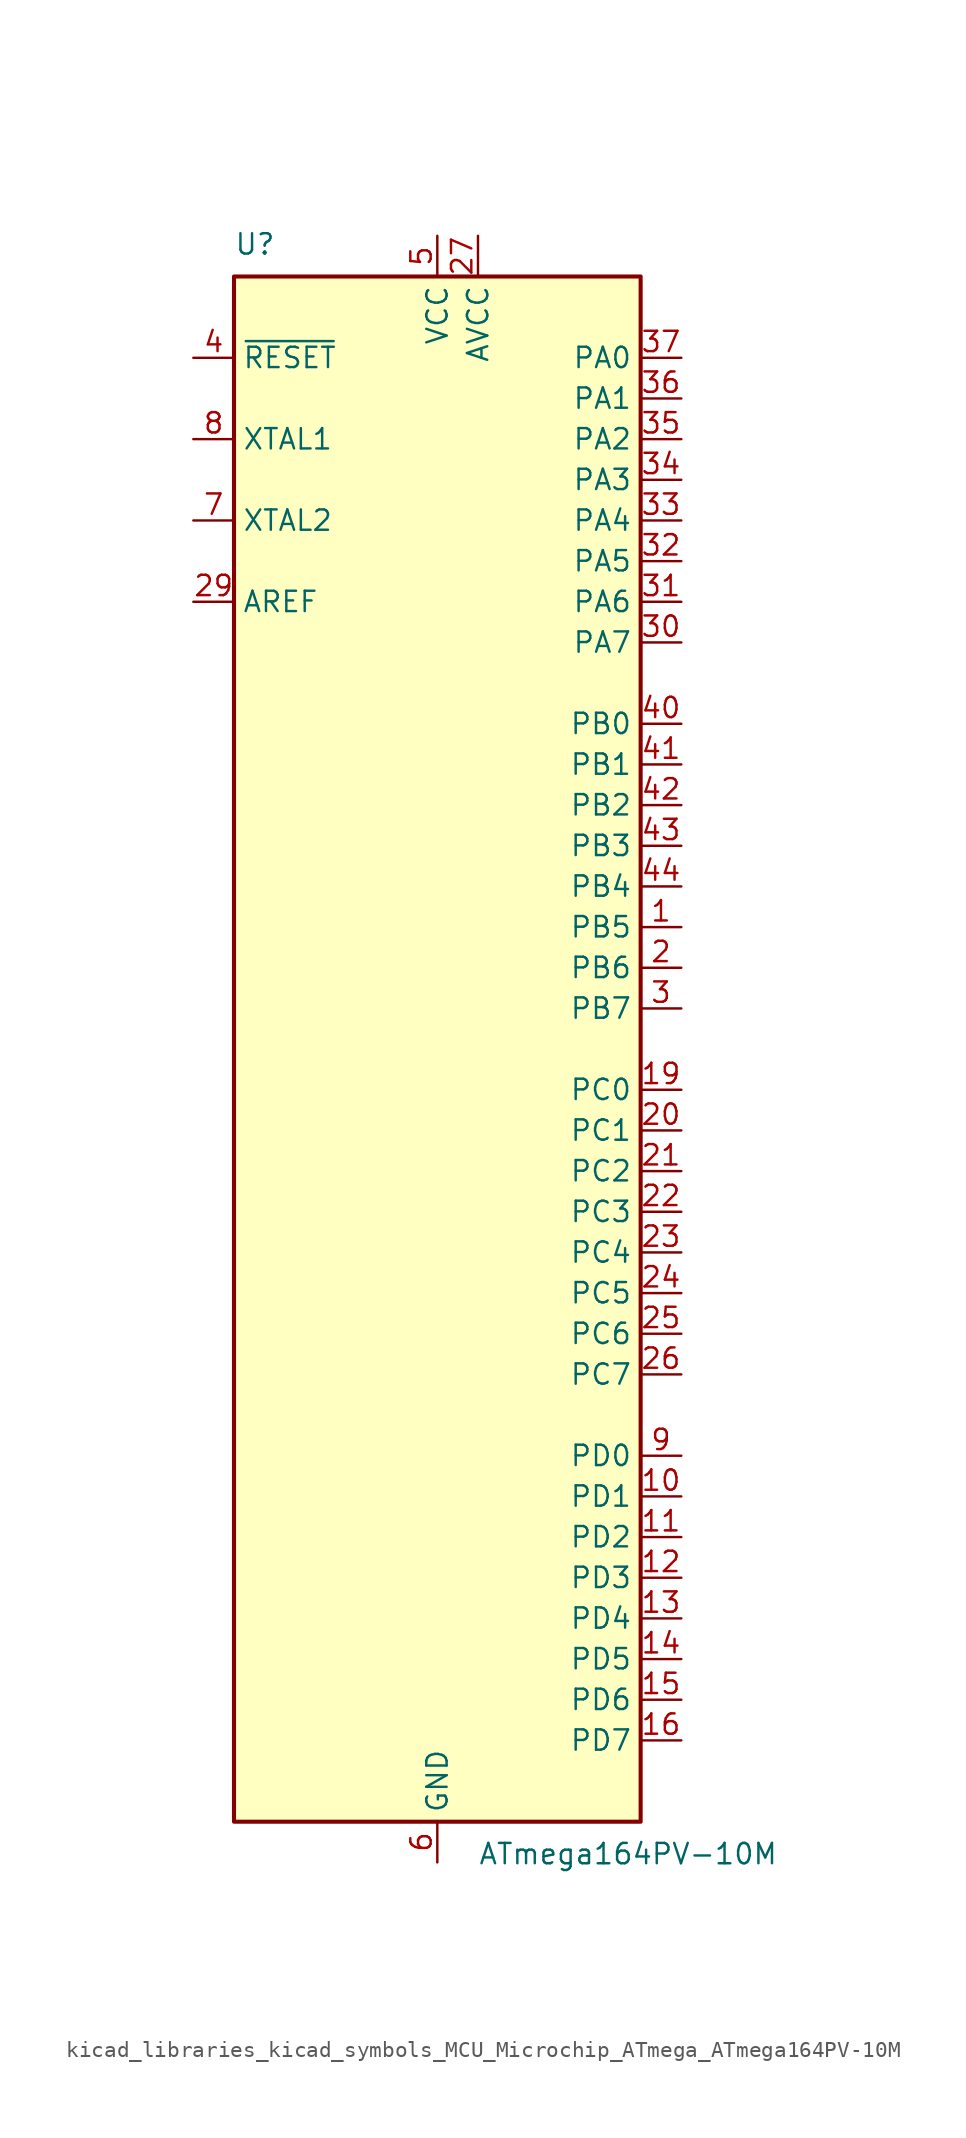
<source format=kicad_sym>
(kicad_symbol_lib
  (version 20220914)
  (generator kicad_symbol_editor)
  (symbol "kicad_libraries_kicad_symbols_MCU_Microchip_ATmega_ATmega164PV-10M"
    (property "Reference" "U"
      (at -12.7 49.53 0)
      (effects (font (size 1.27 1.27)) (justify left bottom)))
    (property "Value" "ATmega164PV-10M"
      (at 2.54 -49.53 0)
      (effects (font (size 1.27 1.27)) (justify left top)))
    (symbol "kicad_libraries_kicad_symbols_MCU_Microchip_ATmega_ATmega164PV-10M_0_1"
      (rectangle (start -12.7 -48.26) (end 12.7 48.26) (stroke (width 0.254) (type default)) (fill (type background))))
    (symbol "kicad_libraries_kicad_symbols_MCU_Microchip_ATmega_ATmega164PV-10M_1_1"
      (pin bidirectional line (at 15.24 7.62 180) (length 2.54) (name "PB5" (effects (font (size 1.27 1.27)))) (number "1" (effects (font (size 1.27 1.27)))))
      (pin bidirectional line (at 15.24 -27.94 180) (length 2.54) (name "PD1" (effects (font (size 1.27 1.27)))) (number "10" (effects (font (size 1.27 1.27)))))
      (pin bidirectional line (at 15.24 -30.48 180) (length 2.54) (name "PD2" (effects (font (size 1.27 1.27)))) (number "11" (effects (font (size 1.27 1.27)))))
      (pin bidirectional line (at 15.24 -33.02 180) (length 2.54) (name "PD3" (effects (font (size 1.27 1.27)))) (number "12" (effects (font (size 1.27 1.27)))))
      (pin bidirectional line (at 15.24 -35.56 180) (length 2.54) (name "PD4" (effects (font (size 1.27 1.27)))) (number "13" (effects (font (size 1.27 1.27)))))
      (pin bidirectional line (at 15.24 -38.1 180) (length 2.54) (name "PD5" (effects (font (size 1.27 1.27)))) (number "14" (effects (font (size 1.27 1.27)))))
      (pin bidirectional line (at 15.24 -40.64 180) (length 2.54) (name "PD6" (effects (font (size 1.27 1.27)))) (number "15" (effects (font (size 1.27 1.27)))))
      (pin bidirectional line (at 15.24 -43.18 180) (length 2.54) (name "PD7" (effects (font (size 1.27 1.27)))) (number "16" (effects (font (size 1.27 1.27)))))
      (pin passive line (at 0 50.8 270) (length 2.54) hide (name "VCC" (effects (font (size 1.27 1.27)))) (number "17" (effects (font (size 1.27 1.27)))))
      (pin passive line (at 0 -50.8 90) (length 2.54) hide (name "GND" (effects (font (size 1.27 1.27)))) (number "18" (effects (font (size 1.27 1.27)))))
      (pin bidirectional line (at 15.24 -2.54 180) (length 2.54) (name "PC0" (effects (font (size 1.27 1.27)))) (number "19" (effects (font (size 1.27 1.27)))))
      (pin bidirectional line (at 15.24 5.08 180) (length 2.54) (name "PB6" (effects (font (size 1.27 1.27)))) (number "2" (effects (font (size 1.27 1.27)))))
      (pin bidirectional line (at 15.24 -5.08 180) (length 2.54) (name "PC1" (effects (font (size 1.27 1.27)))) (number "20" (effects (font (size 1.27 1.27)))))
      (pin bidirectional line (at 15.24 -7.62 180) (length 2.54) (name "PC2" (effects (font (size 1.27 1.27)))) (number "21" (effects (font (size 1.27 1.27)))))
      (pin bidirectional line (at 15.24 -10.16 180) (length 2.54) (name "PC3" (effects (font (size 1.27 1.27)))) (number "22" (effects (font (size 1.27 1.27)))))
      (pin bidirectional line (at 15.24 -12.7 180) (length 2.54) (name "PC4" (effects (font (size 1.27 1.27)))) (number "23" (effects (font (size 1.27 1.27)))))
      (pin bidirectional line (at 15.24 -15.24 180) (length 2.54) (name "PC5" (effects (font (size 1.27 1.27)))) (number "24" (effects (font (size 1.27 1.27)))))
      (pin bidirectional line (at 15.24 -17.78 180) (length 2.54) (name "PC6" (effects (font (size 1.27 1.27)))) (number "25" (effects (font (size 1.27 1.27)))))
      (pin bidirectional line (at 15.24 -20.32 180) (length 2.54) (name "PC7" (effects (font (size 1.27 1.27)))) (number "26" (effects (font (size 1.27 1.27)))))
      (pin power_in line (at 2.54 50.8 270) (length 2.54) (name "AVCC" (effects (font (size 1.27 1.27)))) (number "27" (effects (font (size 1.27 1.27)))))
      (pin passive line (at 0 -50.8 90) (length 2.54) hide (name "GND" (effects (font (size 1.27 1.27)))) (number "28" (effects (font (size 1.27 1.27)))))
      (pin passive line (at -15.24 27.94 0) (length 2.54) (name "AREF" (effects (font (size 1.27 1.27)))) (number "29" (effects (font (size 1.27 1.27)))))
      (pin bidirectional line (at 15.24 2.54 180) (length 2.54) (name "PB7" (effects (font (size 1.27 1.27)))) (number "3" (effects (font (size 1.27 1.27)))))
      (pin bidirectional line (at 15.24 25.4 180) (length 2.54) (name "PA7" (effects (font (size 1.27 1.27)))) (number "30" (effects (font (size 1.27 1.27)))))
      (pin bidirectional line (at 15.24 27.94 180) (length 2.54) (name "PA6" (effects (font (size 1.27 1.27)))) (number "31" (effects (font (size 1.27 1.27)))))
      (pin bidirectional line (at 15.24 30.48 180) (length 2.54) (name "PA5" (effects (font (size 1.27 1.27)))) (number "32" (effects (font (size 1.27 1.27)))))
      (pin bidirectional line (at 15.24 33.02 180) (length 2.54) (name "PA4" (effects (font (size 1.27 1.27)))) (number "33" (effects (font (size 1.27 1.27)))))
      (pin bidirectional line (at 15.24 35.56 180) (length 2.54) (name "PA3" (effects (font (size 1.27 1.27)))) (number "34" (effects (font (size 1.27 1.27)))))
      (pin bidirectional line (at 15.24 38.1 180) (length 2.54) (name "PA2" (effects (font (size 1.27 1.27)))) (number "35" (effects (font (size 1.27 1.27)))))
      (pin bidirectional line (at 15.24 40.64 180) (length 2.54) (name "PA1" (effects (font (size 1.27 1.27)))) (number "36" (effects (font (size 1.27 1.27)))))
      (pin bidirectional line (at 15.24 43.18 180) (length 2.54) (name "PA0" (effects (font (size 1.27 1.27)))) (number "37" (effects (font (size 1.27 1.27)))))
      (pin passive line (at 0 50.8 270) (length 2.54) hide (name "VCC" (effects (font (size 1.27 1.27)))) (number "38" (effects (font (size 1.27 1.27)))))
      (pin passive line (at 0 -50.8 90) (length 2.54) hide (name "GND" (effects (font (size 1.27 1.27)))) (number "39" (effects (font (size 1.27 1.27)))))
      (pin input line (at -15.24 43.18 0) (length 2.54) (name "~{RESET}" (effects (font (size 1.27 1.27)))) (number "4" (effects (font (size 1.27 1.27)))))
      (pin bidirectional line (at 15.24 20.32 180) (length 2.54) (name "PB0" (effects (font (size 1.27 1.27)))) (number "40" (effects (font (size 1.27 1.27)))))
      (pin bidirectional line (at 15.24 17.78 180) (length 2.54) (name "PB1" (effects (font (size 1.27 1.27)))) (number "41" (effects (font (size 1.27 1.27)))))
      (pin bidirectional line (at 15.24 15.24 180) (length 2.54) (name "PB2" (effects (font (size 1.27 1.27)))) (number "42" (effects (font (size 1.27 1.27)))))
      (pin bidirectional line (at 15.24 12.7 180) (length 2.54) (name "PB3" (effects (font (size 1.27 1.27)))) (number "43" (effects (font (size 1.27 1.27)))))
      (pin bidirectional line (at 15.24 10.16 180) (length 2.54) (name "PB4" (effects (font (size 1.27 1.27)))) (number "44" (effects (font (size 1.27 1.27)))))
      (pin passive line (at 0 -50.8 90) (length 2.54) hide (name "GND" (effects (font (size 1.27 1.27)))) (number "45" (effects (font (size 1.27 1.27)))))
      (pin power_in line (at 0 50.8 270) (length 2.54) (name "VCC" (effects (font (size 1.27 1.27)))) (number "5" (effects (font (size 1.27 1.27)))))
      (pin power_in line (at 0 -50.8 90) (length 2.54) (name "GND" (effects (font (size 1.27 1.27)))) (number "6" (effects (font (size 1.27 1.27)))))
      (pin output line (at -15.24 33.02 0) (length 2.54) (name "XTAL2" (effects (font (size 1.27 1.27)))) (number "7" (effects (font (size 1.27 1.27)))))
      (pin input line (at -15.24 38.1 0) (length 2.54) (name "XTAL1" (effects (font (size 1.27 1.27)))) (number "8" (effects (font (size 1.27 1.27)))))
      (pin bidirectional line (at 15.24 -25.4 180) (length 2.54) (name "PD0" (effects (font (size 1.27 1.27)))) (number "9" (effects (font (size 1.27 1.27))))))))
</source>
